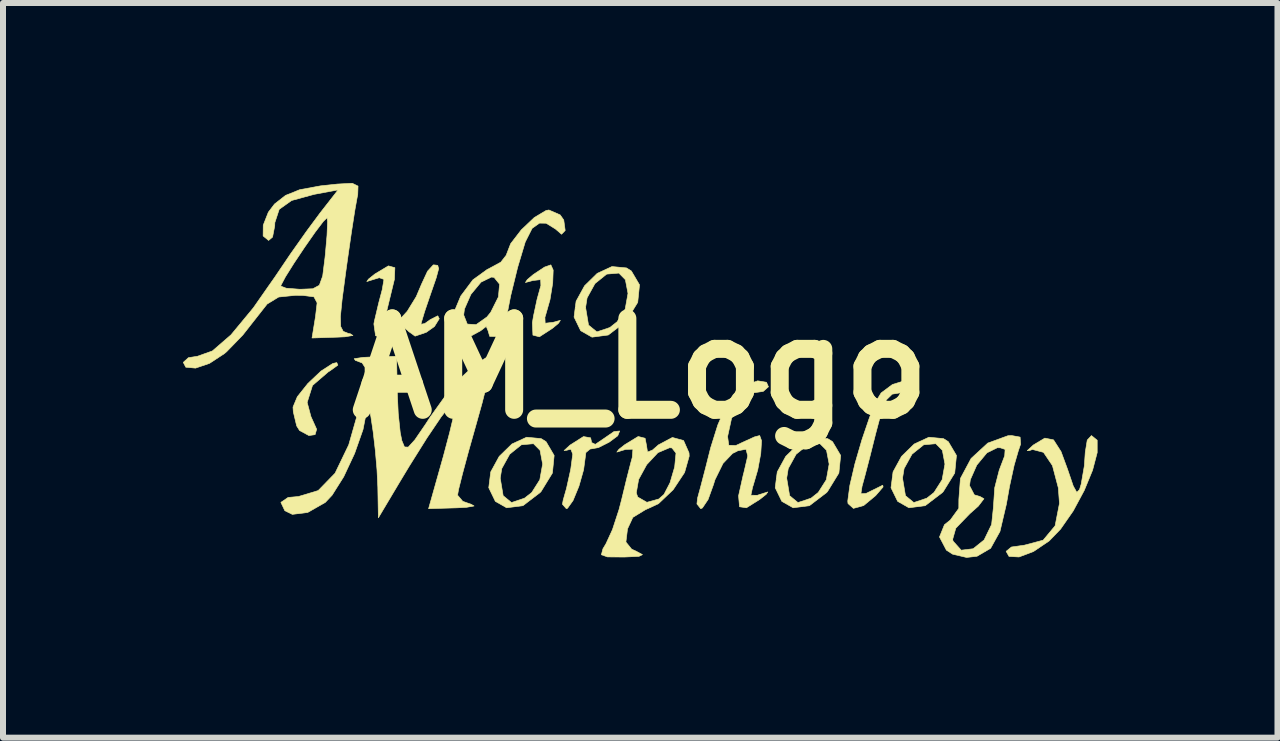
<source format=kicad_pcb>
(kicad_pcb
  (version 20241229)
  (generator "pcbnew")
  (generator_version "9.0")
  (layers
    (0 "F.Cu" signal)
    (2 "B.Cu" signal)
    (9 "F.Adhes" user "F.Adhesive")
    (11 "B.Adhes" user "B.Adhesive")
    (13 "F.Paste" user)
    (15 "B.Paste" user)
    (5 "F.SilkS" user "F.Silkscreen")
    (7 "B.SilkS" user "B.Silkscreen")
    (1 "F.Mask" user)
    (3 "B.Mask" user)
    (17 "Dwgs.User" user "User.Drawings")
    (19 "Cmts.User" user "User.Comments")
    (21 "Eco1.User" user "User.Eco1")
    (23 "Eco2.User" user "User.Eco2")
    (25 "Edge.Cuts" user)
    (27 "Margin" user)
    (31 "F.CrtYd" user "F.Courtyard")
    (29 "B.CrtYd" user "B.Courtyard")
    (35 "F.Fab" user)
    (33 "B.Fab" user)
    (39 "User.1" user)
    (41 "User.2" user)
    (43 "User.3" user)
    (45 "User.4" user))
  (footprint "AM_Logo"
    (layer "F.Cu")
    (at 7.625 3.092)
    (property "Reference" "AM_Logo" (at 0 0 0) (layer "F.SilkS") (effects (font (size 1.524 1.524) (thickness 0.3))))
    (attr through_hole)
    (fp_poly (pts (xy -5.043 -0.056) (xy -5.177 0.041) (xy -5.2 0.054) (xy -5.466 0.283) (xy -5.555 0.566) (xy -5.492 0.802) (xy -5.397 1.013) (xy -5.423 1.103) (xy -5.526 1.118) (xy -5.681 1.035) (xy -5.73 0.957) (xy -5.786 0.722) (xy -5.791 0.644) (xy -5.719 0.471) (xy -5.543 0.25) (xy -5.325 0.044) (xy -5.128 -0.083) (xy -5.062 -0.098) (xy -5.043 -0.056)) (stroke (width 0.01) (type solid)) (fill yes) (layer "F.SilkS"))
    (fp_poly (pts (xy -1.454 -1.64) (xy -1.462 -1.425) (xy -1.507 -1.148) (xy -1.584 -0.877) (xy -1.592 -0.855) (xy -1.588 -0.754) (xy -1.459 -0.769) (xy -1.334 -0.802) (xy -1.366 -0.753) (xy -1.467 -0.669) (xy -1.684 -0.528) (xy -1.792 -0.556) (xy -1.801 -0.761) (xy -1.783 -0.871) (xy -1.722 -1.156) (xy -1.664 -1.366) (xy -1.659 -1.38) (xy -1.663 -1.481) (xy -1.792 -1.466) (xy -1.917 -1.433) (xy -1.885 -1.482) (xy -1.784 -1.567) (xy -1.598 -1.69) (xy -1.493 -1.727) (xy -1.454 -1.64)) (stroke (width 0.01) (type solid)) (fill yes) (layer "F.SilkS"))
    (fp_poly (pts (xy -1.655 1.169) (xy -1.573 1.22) (xy -1.438 1.45) (xy -1.467 1.743) (xy -1.656 2.051) (xy -1.672 2.068) (xy -1.958 2.287) (xy -2.23 2.322) (xy -2.418 2.215) (xy -2.528 1.988) (xy -2.508 1.828) (xy -2.337 1.828) (xy -2.288 2.121) (xy -2.149 2.235) (xy -1.932 2.162) (xy -1.811 2.067) (xy -1.677 1.855) (xy -1.63 1.594) (xy -1.673 1.364) (xy -1.782 1.254) (xy -1.984 1.272) (xy -2.179 1.429) (xy -2.311 1.668) (xy -2.337 1.828) (xy -2.508 1.828) (xy -2.495 1.724) (xy -2.354 1.466) (xy -2.142 1.259) (xy -1.897 1.146) (xy -1.655 1.169)) (stroke (width 0.01) (type solid)) (fill yes) (layer "F.SilkS"))
    (fp_poly (pts (xy -0.378 1.122) (xy -0.522 1.229) (xy -0.701 1.319) (xy -0.838 1.343) (xy -0.838 1.342) (xy -0.909 1.401) (xy -0.915 1.448) (xy -0.947 1.688) (xy -1.025 1.963) (xy -1.123 2.201) (xy -1.215 2.33) (xy -1.235 2.337) (xy -1.3 2.263) (xy -1.287 2.192) (xy -1.232 1.999) (xy -1.169 1.715) (xy -1.16 1.669) (xy -1.128 1.428) (xy -1.16 1.345) (xy -1.231 1.364) (xy -1.272 1.368) (xy -1.174 1.278) (xy -0.949 1.135) (xy -0.83 1.156) (xy -0.813 1.235) (xy -0.752 1.265) (xy -0.609 1.168) (xy -0.441 1.052) (xy -0.346 1.042) (xy -0.378 1.122)) (stroke (width 0.01) (type solid)) (fill yes) (layer "F.SilkS"))
    (fp_poly (pts (xy -0.232 -1.676) (xy -0.151 -1.625) (xy -0.015 -1.394) (xy -0.045 -1.102) (xy -0.234 -0.794) (xy -0.249 -0.777) (xy -0.536 -0.558) (xy -0.807 -0.522) (xy -0.996 -0.63) (xy -1.106 -0.857) (xy -1.086 -1.017) (xy -0.914 -1.017) (xy -0.865 -0.723) (xy -0.726 -0.61) (xy -0.509 -0.683) (xy -0.389 -0.778) (xy -0.254 -0.99) (xy -0.207 -1.251) (xy -0.251 -1.48) (xy -0.359 -1.59) (xy -0.562 -1.573) (xy -0.757 -1.416) (xy -0.889 -1.177) (xy -0.914 -1.017) (xy -1.086 -1.017) (xy -1.072 -1.121) (xy -0.931 -1.378) (xy -0.72 -1.585) (xy -0.474 -1.699) (xy -0.232 -1.676)) (stroke (width 0.01) (type solid)) (fill yes) (layer "F.SilkS"))
    (fp_poly (pts (xy 3.121 1.169) (xy 3.202 1.22) (xy 3.338 1.45) (xy 3.308 1.743) (xy 3.119 2.051) (xy 3.104 2.068) (xy 2.817 2.287) (xy 2.546 2.322) (xy 2.357 2.215) (xy 2.247 1.988) (xy 2.267 1.828) (xy 2.438 1.828) (xy 2.487 2.121) (xy 2.626 2.235) (xy 2.844 2.162) (xy 2.964 2.067) (xy 3.099 1.855) (xy 3.146 1.594) (xy 3.102 1.364) (xy 2.993 1.254) (xy 2.791 1.272) (xy 2.596 1.429) (xy 2.464 1.668) (xy 2.438 1.828) (xy 2.267 1.828) (xy 2.281 1.724) (xy 2.422 1.466) (xy 2.633 1.259) (xy 2.878 1.146) (xy 3.121 1.169)) (stroke (width 0.01) (type solid)) (fill yes) (layer "F.SilkS"))
    (fp_poly (pts (xy 4.543 0.235) (xy 4.572 0.305) (xy 4.485 0.383) (xy 4.33 0.406) (xy 4.197 0.428) (xy 4.1 0.523) (xy 4.016 0.732) (xy 3.92 1.092) (xy 3.826 1.467) (xy 3.744 1.782) (xy 3.694 1.965) (xy 3.675 2.088) (xy 3.76 2.083) (xy 3.877 2.026) (xy 4.039 1.946) (xy 4.045 1.975) (xy 3.921 2.119) (xy 3.721 2.285) (xy 3.55 2.332) (xy 3.46 2.251) (xy 3.456 2.21) (xy 3.491 1.949) (xy 3.576 1.587) (xy 3.693 1.186) (xy 3.821 0.81) (xy 3.941 0.524) (xy 4.012 0.408) (xy 4.201 0.267) (xy 4.401 0.205) (xy 4.543 0.235)) (stroke (width 0.01) (type solid)) (fill yes) (layer "F.SilkS"))
    (fp_poly (pts (xy 5.051 1.169) (xy 5.132 1.22) (xy 5.268 1.45) (xy 5.239 1.743) (xy 5.049 2.051) (xy 5.034 2.068) (xy 4.747 2.287) (xy 4.476 2.322) (xy 4.288 2.215) (xy 4.177 1.988) (xy 4.198 1.828) (xy 4.369 1.828) (xy 4.418 2.121) (xy 4.557 2.235) (xy 4.774 2.162) (xy 4.894 2.067) (xy 5.029 1.855) (xy 5.076 1.594) (xy 5.033 1.364) (xy 4.924 1.254) (xy 4.722 1.272) (xy 4.527 1.429) (xy 4.395 1.668) (xy 4.369 1.828) (xy 4.198 1.828) (xy 4.211 1.724) (xy 4.352 1.466) (xy 4.564 1.259) (xy 4.809 1.146) (xy 5.051 1.169)) (stroke (width 0.01) (type solid)) (fill yes) (layer "F.SilkS"))
    (fp_poly (pts (xy 7.614 1.196) (xy 7.614 1.402) (xy 7.537 1.695) (xy 7.398 2.033) (xy 7.214 2.375) (xy 7.003 2.678) (xy 6.814 2.874) (xy 6.552 3.051) (xy 6.311 3.142) (xy 6.144 3.133) (xy 6.096 3.048) (xy 6.184 2.976) (xy 6.397 2.946) (xy 6.398 2.946) (xy 6.713 2.862) (xy 6.912 2.623) (xy 6.985 2.249) (xy 6.966 1.99) (xy 6.868 1.619) (xy 6.719 1.398) (xy 6.535 1.35) (xy 6.481 1.37) (xy 6.448 1.369) (xy 6.549 1.276) (xy 6.741 1.161) (xy 6.886 1.19) (xy 7.011 1.385) (xy 7.12 1.681) (xy 7.215 1.96) (xy 7.274 2.065) (xy 7.319 2.019) (xy 7.347 1.928) (xy 7.4 1.622) (xy 7.415 1.397) (xy 7.448 1.194) (xy 7.518 1.118) (xy 7.614 1.196)) (stroke (width 0.01) (type solid)) (fill yes) (layer "F.SilkS"))
    (fp_poly (pts (xy -3.379 -1.719) (xy -3.363 -1.663) (xy -3.404 -1.511) (xy -3.505 -1.219) (xy -3.597 -0.949) (xy -3.651 -0.769) (xy -3.658 -0.737) (xy -3.594 -0.749) (xy -3.505 -0.813) (xy -3.378 -0.878) (xy -3.353 -0.829) (xy -3.433 -0.7) (xy -3.569 -0.603) (xy -3.756 -0.539) (xy -3.867 -0.619) (xy -3.869 -0.624) (xy -3.969 -0.707) (xy -4.08 -0.634) (xy -4.281 -0.504) (xy -4.415 -0.546) (xy -4.443 -0.742) (xy -4.435 -0.787) (xy -4.361 -1.098) (xy -4.304 -1.313) (xy -4.275 -1.485) (xy -4.353 -1.513) (xy -4.429 -1.49) (xy -4.561 -1.449) (xy -4.532 -1.49) (xy -4.426 -1.575) (xy -4.201 -1.71) (xy -4.093 -1.68) (xy -4.101 -1.483) (xy -4.104 -1.473) (xy -4.18 -1.16) (xy -4.227 -0.965) (xy -4.242 -0.769) (xy -4.17 -0.717) (xy -4.041 -0.786) (xy -3.887 -0.953) (xy -3.737 -1.197) (xy -3.649 -1.404) (xy -3.548 -1.622) (xy -3.453 -1.726) (xy -3.444 -1.727) (xy -3.379 -1.719)) (stroke (width 0.01) (type solid)) (fill yes) (layer "F.SilkS"))
    (fp_poly (pts (xy 6.329 1.144) (xy 6.337 1.262) (xy 6.299 1.373) (xy 6.23 1.611) (xy 6.153 1.963) (xy 6.1 2.262) (xy 5.993 2.717) (xy 5.837 2.998) (xy 5.611 3.13) (xy 5.437 3.15) (xy 5.203 3.095) (xy 5.1 3.028) (xy 5.007 2.85) (xy 5.204 2.85) (xy 5.212 2.878) (xy 5.347 3.029) (xy 5.546 3.005) (xy 5.729 2.858) (xy 5.854 2.6) (xy 5.883 2.324) (xy 5.906 1.987) (xy 5.981 1.695) (xy 6.072 1.455) (xy 6.079 1.349) (xy 5.999 1.322) (xy 5.949 1.321) (xy 5.776 1.406) (xy 5.607 1.61) (xy 5.499 1.854) (xy 5.486 1.953) (xy 5.566 2.107) (xy 5.66 2.134) (xy 5.726 2.172) (xy 5.631 2.296) (xy 5.49 2.421) (xy 5.257 2.662) (xy 5.204 2.85) (xy 5.007 2.85) (xy 4.985 2.809) (xy 5.068 2.604) (xy 5.165 2.527) (xy 5.307 2.332) (xy 5.308 2.183) (xy 5.334 1.833) (xy 5.512 1.5) (xy 5.791 1.243) (xy 6.126 1.121) (xy 6.188 1.118) (xy 6.329 1.144)) (stroke (width 0.01) (type solid)) (fill yes) (layer "F.SilkS"))
    (fp_poly (pts (xy 2.101 0.23) (xy 2.134 0.305) (xy 2.047 0.382) (xy 1.884 0.406) (xy 1.711 0.442) (xy 1.601 0.583) (xy 1.521 0.823) (xy 1.453 1.134) (xy 1.473 1.28) (xy 1.59 1.284) (xy 1.712 1.227) (xy 1.903 1.14) (xy 1.988 1.118) (xy 2.019 1.204) (xy 2.006 1.417) (xy 1.956 1.688) (xy 1.88 1.948) (xy 1.871 1.973) (xy 1.841 2.113) (xy 1.949 2.114) (xy 1.989 2.1) (xy 2.123 2.058) (xy 2.096 2.098) (xy 1.987 2.184) (xy 1.767 2.322) (xy 1.652 2.305) (xy 1.636 2.123) (xy 1.715 1.769) (xy 1.725 1.733) (xy 1.789 1.458) (xy 1.76 1.346) (xy 1.624 1.372) (xy 1.536 1.416) (xy 1.377 1.582) (xy 1.242 1.856) (xy 1.219 1.932) (xy 1.128 2.184) (xy 1.033 2.325) (xy 1.005 2.337) (xy 0.942 2.258) (xy 0.953 2.159) (xy 1.004 1.972) (xy 1.086 1.658) (xy 1.171 1.321) (xy 1.29 0.941) (xy 1.432 0.614) (xy 1.55 0.432) (xy 1.75 0.278) (xy 1.955 0.206) (xy 2.101 0.23)) (stroke (width 0.01) (type solid)) (fill yes) (layer "F.SilkS"))
    (fp_poly (pts (xy -1.338 -2.56) (xy -1.278 -2.475) (xy -1.254 -2.3) (xy -1.315 -2.237) (xy -1.415 -2.324) (xy -1.572 -2.421) (xy -1.682 -2.423) (xy -1.805 -2.336) (xy -1.92 -2.108) (xy -2.04 -1.708) (xy -2.049 -1.676) (xy -2.162 -1.215) (xy -2.219 -0.922) (xy -2.221 -0.773) (xy -2.169 -0.742) (xy -2.103 -0.775) (xy -2.067 -0.785) (xy -2.165 -0.686) (xy -2.381 -0.532) (xy -2.512 -0.535) (xy -2.54 -0.63) (xy -2.57 -0.701) (xy -2.662 -0.63) (xy -2.87 -0.516) (xy -3.051 -0.57) (xy -3.116 -0.67) (xy -3.117 -0.892) (xy -2.946 -0.892) (xy -2.886 -0.74) (xy -2.738 -0.731) (xy -2.558 -0.859) (xy -2.495 -0.937) (xy -2.367 -1.193) (xy -2.348 -1.405) (xy -2.439 -1.518) (xy -2.483 -1.524) (xy -2.657 -1.439) (xy -2.826 -1.235) (xy -2.933 -0.991) (xy -2.946 -0.892) (xy -3.117 -0.892) (xy -3.117 -0.914) (xy -2.995 -1.207) (xy -2.793 -1.477) (xy -2.552 -1.652) (xy -2.537 -1.658) (xy -2.327 -1.772) (xy -2.235 -1.89) (xy -2.235 -1.894) (xy -2.163 -2.08) (xy -1.986 -2.31) (xy -1.769 -2.516) (xy -1.573 -2.633) (xy -1.526 -2.642) (xy -1.338 -2.56)) (stroke (width 0.01) (type solid)) (fill yes) (layer "F.SilkS"))
    (fp_poly (pts (xy 0.078 1.163) (xy 0.102 1.286) (xy 0.118 1.393) (xy 0.2 1.361) (xy 0.301 1.273) (xy 0.533 1.15) (xy 0.719 1.201) (xy 0.81 1.407) (xy 0.813 1.462) (xy 0.736 1.734) (xy 0.546 2.021) (xy 0.301 2.254) (xy 0.08 2.356) (xy -0.126 2.482) (xy -0.215 2.673) (xy -0.242 2.893) (xy -0.147 3.011) (xy -0.069 3.047) (xy 0.034 3.103) (xy -0.025 3.132) (xy -0.267 3.143) (xy -0.282 3.143) (xy -0.549 3.141) (xy -0.651 3.105) (xy -0.625 3.006) (xy -0.574 2.921) (xy -0.466 2.686) (xy -0.357 2.353) (xy -0.313 2.184) (xy -0.286 2.074) (xy -0.069 2.074) (xy -0.045 2.143) (xy 0.108 2.231) (xy 0.306 2.176) (xy 0.393 2.099) (xy 0.494 1.904) (xy 0.571 1.641) (xy 0.593 1.411) (xy 0.526 1.325) (xy 0.486 1.321) (xy 0.292 1.403) (xy 0.105 1.603) (xy -0.03 1.85) (xy -0.069 2.074) (xy -0.286 2.074) (xy -0.232 1.85) (xy -0.161 1.573) (xy -0.136 1.483) (xy -0.125 1.345) (xy -0.249 1.35) (xy -0.268 1.356) (xy -0.393 1.394) (xy -0.358 1.347) (xy -0.26 1.27) (xy -0.037 1.134) (xy 0.078 1.163)) (stroke (width 0.01) (type solid)) (fill yes) (layer "F.SilkS"))
    (fp_poly (pts (xy -4.054 0.381) (xy -4.037 0.749) (xy -4.004 1.066) (xy -3.977 1.202) (xy -3.933 1.308) (xy -3.87 1.311) (xy -3.76 1.19) (xy -3.578 0.924) (xy -3.505 0.811) (xy -3.25 0.455) (xy -2.986 0.149) (xy -2.745 -0.075) (xy -2.56 -0.186) (xy -2.48 -0.177) (xy -2.487 -0.066) (xy -2.543 0.198) (xy -2.638 0.573) (xy -2.74 0.938) (xy -2.865 1.381) (xy -2.966 1.756) (xy -3.031 2.016) (xy -3.048 2.112) (xy -2.962 2.214) (xy -2.819 2.265) (xy -2.773 2.292) (xy -2.902 2.315) (xy -3.061 2.323) (xy -3.531 2.337) (xy -3.284 1.461) (xy -3.18 1.069) (xy -3.106 0.758) (xy -3.076 0.574) (xy -3.079 0.545) (xy -3.158 0.598) (xy -3.323 0.809) (xy -3.559 1.159) (xy -3.853 1.628) (xy -4.005 1.88) (xy -4.368 2.489) (xy -4.377 1.981) (xy -4.391 1.688) (xy -4.419 1.366) (xy -4.455 1.056) (xy -4.493 0.802) (xy -4.527 0.645) (xy -4.552 0.627) (xy -4.558 0.682) (xy -4.624 1.018) (xy -4.764 1.416) (xy -4.946 1.805) (xy -5.14 2.113) (xy -5.253 2.233) (xy -5.546 2.4) (xy -5.802 2.432) (xy -5.927 2.371) (xy -5.993 2.232) (xy -5.873 2.15) (xy -5.699 2.134) (xy -5.371 2.035) (xy -5.09 1.746) (xy -4.862 1.273) (xy -4.733 0.821) (xy -4.639 0.397) (xy -4.591 0.13) (xy -4.591 -0.019) (xy -4.638 -0.092) (xy -4.735 -0.129) (xy -4.75 -0.133) (xy -4.771 -0.163) (xy -4.623 -0.185) (xy -4.496 -0.191) (xy -4.064 -0.203) (xy -4.054 0.381)) (stroke (width 0.01) (type solid)) (fill yes) (layer "F.SilkS"))
    (fp_poly (pts (xy -4.707 -3.04) (xy -4.712 -2.898) (xy -4.722 -2.85) (xy -4.76 -2.638) (xy -4.815 -2.284) (xy -4.878 -1.848) (xy -4.912 -1.605) (xy -4.972 -1.154) (xy -5.001 -0.865) (xy -4.996 -0.699) (xy -4.954 -0.619) (xy -4.872 -0.585) (xy -4.835 -0.578) (xy -4.792 -0.55) (xy -4.924 -0.528) (xy -5.048 -0.522) (xy -5.474 -0.508) (xy -5.416 -0.864) (xy -5.389 -1.094) (xy -5.442 -1.194) (xy -5.627 -1.218) (xy -5.753 -1.219) (xy -6.03 -1.191) (xy -6.222 -1.074) (xy -6.392 -0.858) (xy -6.629 -0.556) (xy -6.894 -0.283) (xy -6.933 -0.249) (xy -7.183 -0.085) (xy -7.416 -0.006) (xy -7.578 -0.021) (xy -7.62 -0.102) (xy -7.534 -0.18) (xy -7.386 -0.203) (xy -7.135 -0.292) (xy -6.825 -0.56) (xy -6.451 -1.012) (xy -6.199 -1.373) (xy -5.994 -1.373) (xy -5.905 -1.338) (xy -5.687 -1.321) (xy -5.653 -1.321) (xy -5.46 -1.329) (xy -5.352 -1.387) (xy -5.296 -1.542) (xy -5.258 -1.844) (xy -5.252 -1.902) (xy -5.224 -2.22) (xy -5.215 -2.443) (xy -5.222 -2.513) (xy -5.286 -2.451) (xy -5.423 -2.27) (xy -5.597 -2.021) (xy -5.774 -1.756) (xy -5.917 -1.528) (xy -5.991 -1.388) (xy -5.994 -1.373) (xy -6.199 -1.373) (xy -6.093 -1.524) (xy -5.832 -1.91) (xy -5.564 -2.289) (xy -5.349 -2.579) (xy -5.348 -2.581) (xy -5.039 -2.977) (xy -5.44 -2.902) (xy -5.814 -2.8) (xy -6.021 -2.653) (xy -6.094 -2.431) (xy -6.096 -2.375) (xy -6.132 -2.19) (xy -6.198 -2.134) (xy -6.289 -2.209) (xy -6.287 -2.389) (xy -6.202 -2.605) (xy -6.099 -2.741) (xy -5.915 -2.885) (xy -5.679 -2.98) (xy -5.331 -3.044) (xy -5.051 -3.074) (xy -4.803 -3.087) (xy -4.707 -3.04)) (stroke (width 0.01) (type solid)) (fill yes) (layer "F.SilkS")))
  (gr_rect
    (start -3 -3)
    (end 18.244 9.246)
    (stroke (width 0.1) (type default))
    (fill no)
    (layer "Edge.Cuts")))
</source>
